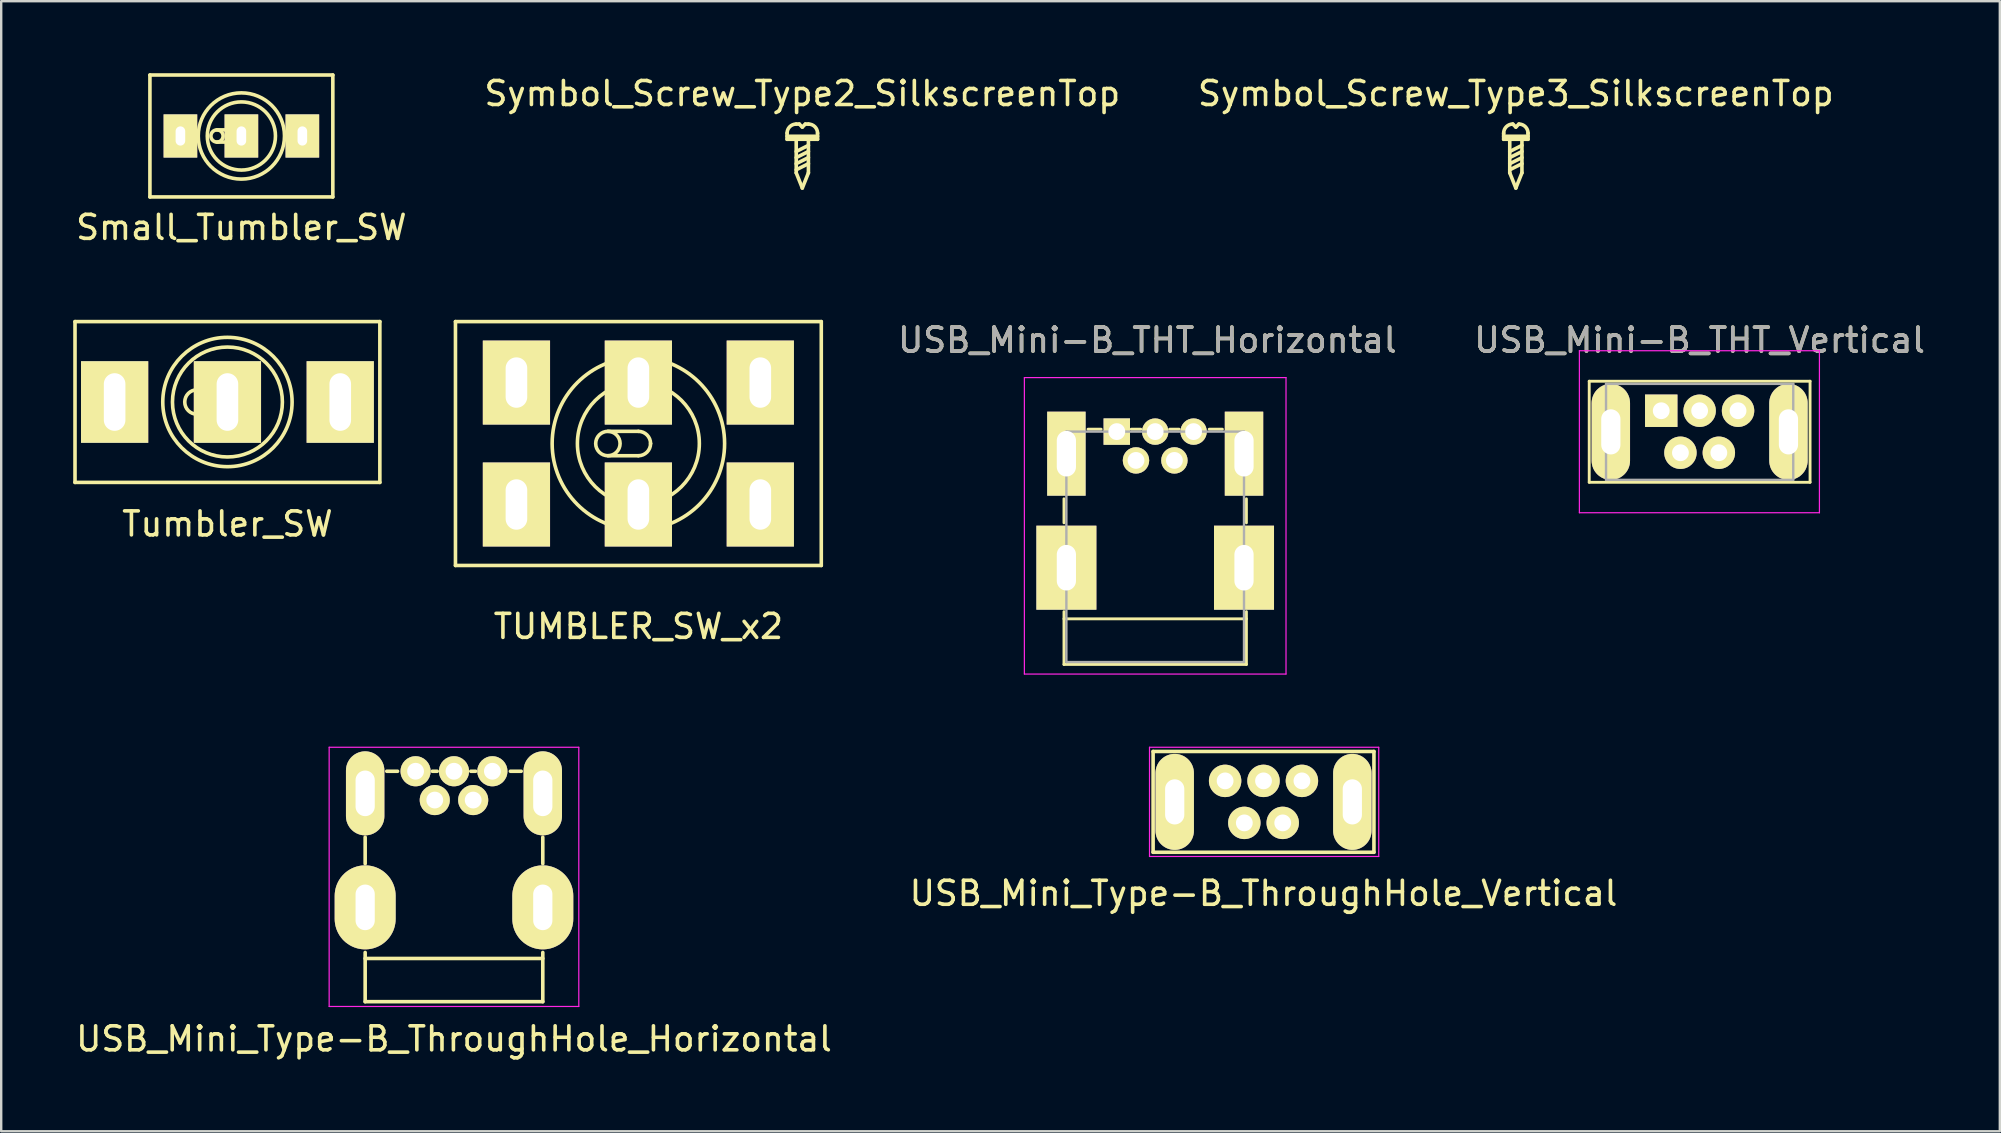
<source format=kicad_pcb>
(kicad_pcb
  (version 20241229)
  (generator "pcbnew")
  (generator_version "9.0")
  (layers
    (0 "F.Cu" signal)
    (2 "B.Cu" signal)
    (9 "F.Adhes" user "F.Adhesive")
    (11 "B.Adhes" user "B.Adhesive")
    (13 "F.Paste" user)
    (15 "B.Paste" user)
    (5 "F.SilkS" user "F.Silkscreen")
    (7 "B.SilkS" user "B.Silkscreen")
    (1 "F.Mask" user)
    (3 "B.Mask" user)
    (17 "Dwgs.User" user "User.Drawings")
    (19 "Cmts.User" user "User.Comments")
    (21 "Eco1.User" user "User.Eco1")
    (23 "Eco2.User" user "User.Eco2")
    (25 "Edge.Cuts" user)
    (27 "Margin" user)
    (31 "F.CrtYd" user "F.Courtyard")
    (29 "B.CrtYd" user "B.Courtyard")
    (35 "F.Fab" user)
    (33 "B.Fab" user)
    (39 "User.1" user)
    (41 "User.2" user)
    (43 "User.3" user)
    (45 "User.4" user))
  (footprint "Symbol_Screw_Type2_SilkscreenTop"
    (layer "F.Cu")
    (at 30.375 4.15)
    (property "Reference" "Symbol_Screw_Type2_SilkscreenTop" (at 0 -3.302 0) (layer "F.SilkS") (effects (font (size 1 1) (thickness 0.15))))
    (attr through_hole)
    (fp_line (start -0.635 -1.524) (end 0.635 -1.524) (stroke (width 0.15) (type solid)) (layer "F.SilkS"))
    (fp_line (start -0.635 -1.397) (end -0.635 -1.651) (stroke (width 0.15) (type solid)) (layer "F.SilkS"))
    (fp_line (start -0.635 -1.397) (end 0.635 -1.397) (stroke (width 0.15) (type solid)) (layer "F.SilkS"))
    (fp_line (start -0.254 -2.032) (end -0.127 -2.032) (stroke (width 0.15) (type solid)) (layer "F.SilkS"))
    (fp_line (start -0.254 -0.889) (end 0.254 -1.143) (stroke (width 0.15) (type solid)) (layer "F.SilkS"))
    (fp_line (start -0.254 -0.635) (end 0.254 -0.889) (stroke (width 0.15) (type solid)) (layer "F.SilkS"))
    (fp_line (start -0.254 -0.381) (end 0.254 -0.635) (stroke (width 0.15) (type solid)) (layer "F.SilkS"))
    (fp_line (start -0.254 -0.127) (end 0.254 -0.381) (stroke (width 0.15) (type solid)) (layer "F.SilkS"))
    (fp_line (start -0.254 0) (end -0.254 -1.397) (stroke (width 0.15) (type solid)) (layer "F.SilkS"))
    (fp_line (start -0.127 -2.032) (end 0 -1.905) (stroke (width 0.15) (type solid)) (layer "F.SilkS"))
    (fp_line (start 0 -1.905) (end 0.127 -2.032) (stroke (width 0.15) (type solid)) (layer "F.SilkS"))
    (fp_line (start 0 0.635) (end -0.254 0) (stroke (width 0.15) (type solid)) (layer "F.SilkS"))
    (fp_line (start 0 0.635) (end 0.254 0) (stroke (width 0.15) (type solid)) (layer "F.SilkS"))
    (fp_line (start 0.127 -2.032) (end 0.254 -2.032) (stroke (width 0.15) (type solid)) (layer "F.SilkS"))
    (fp_line (start 0.254 0) (end 0.254 -1.397) (stroke (width 0.15) (type solid)) (layer "F.SilkS"))
    (fp_line (start 0.635 -1.397) (end 0.635 -1.651) (stroke (width 0.15) (type solid)) (layer "F.SilkS"))
    (fp_arc (start -0.635 -1.651) (mid -0.523408 -1.920408) (end -0.254 -2.032) (stroke (width 0.15) (type solid)) (layer "F.SilkS"))
    (fp_arc (start 0.254 -2.032) (mid 0.523408 -1.920408) (end 0.635 -1.651) (stroke (width 0.15) (type solid)) (layer "F.SilkS")))
  (footprint "Tumbler_SW"
    (layer "F.Cu")
    (at 6.425 13.698)
    (property "Reference" "Tumbler_SW" (at 0 5.08 0) (layer "F.SilkS") (effects (font (size 1 1) (thickness 0.15))))
    (attr through_hole)
    (fp_line (start -6.35 -3.35) (end 6.35 -3.35) (stroke (width 0.15) (type solid)) (layer "F.SilkS"))
    (fp_line (start -6.35 3.35) (end -6.35 -3.35) (stroke (width 0.15) (type solid)) (layer "F.SilkS"))
    (fp_line (start -1.27 -0.508) (end 0 -0.508) (stroke (width 0.15) (type solid)) (layer "F.SilkS"))
    (fp_line (start 0 0.508) (end -1.27 0.508) (stroke (width 0.15) (type solid)) (layer "F.SilkS"))
    (fp_line (start 6.35 -3.35) (end 6.35 3.35) (stroke (width 0.15) (type solid)) (layer "F.SilkS"))
    (fp_line (start 6.35 3.35) (end -6.35 3.35) (stroke (width 0.15) (type solid)) (layer "F.SilkS"))
    (fp_arc (start 0 -0.508) (mid 0.35921 -0.35921) (end 0.508 0) (stroke (width 0.15) (type solid)) (layer "F.SilkS"))
    (fp_arc (start 0.508 0) (mid 0.35921 0.35921) (end 0 0.508) (stroke (width 0.15) (type solid)) (layer "F.SilkS"))
    (fp_circle (center -1.27 0) (end -1.778 0) (stroke (width 0.15) (type solid)) (fill no) (layer "F.SilkS"))
    (fp_circle (center 0 0) (end 1.905 1.27) (stroke (width 0.15) (type solid)) (fill no) (layer "F.SilkS"))
    (fp_circle (center 0 0) (end 1.905 1.905) (stroke (width 0.15) (type solid)) (fill no) (layer "F.SilkS"))
    (pad "1" thru_hole rect (at -4.7 0) (size 2.8 3.4) (drill oval 0.9 2.4) (layers "*.Cu" "*.Mask" "F.SilkS"))
    (pad "2" thru_hole rect (at 0 0) (size 2.8 3.4) (drill oval 0.9 2.4) (layers "*.Cu" "*.Mask" "F.SilkS"))
    (pad "3" thru_hole rect (at 4.7 0) (size 2.8 3.4) (drill oval 0.9 2.4) (layers "*.Cu" "*.Mask" "F.SilkS")))
  (footprint "USB_Mini-B_THT_Vertical"
    (layer "F.Cu")
    (at 66.158 14.062)
    (property "Reference" "USB_Mini-B_THT_Vertical" (at 1.6 -2.94 0) (layer "F.SilkS") (effects (font (size 1 1) (thickness 0.15))))
    (attr through_hole)
    (fp_line (start -3 -1.23) (end -3 2.98) (stroke (width 0.12) (type solid)) (layer "F.SilkS"))
    (fp_line (start -3 -1.23) (end 6.2 -1.23) (stroke (width 0.12) (type solid)) (layer "F.SilkS"))
    (fp_line (start -3 2.98) (end 6.2 2.98) (stroke (width 0.12) (type solid)) (layer "F.SilkS"))
    (fp_line (start 6.2 -1.23) (end 6.2 2.98) (stroke (width 0.12) (type solid)) (layer "F.SilkS"))
    (fp_line (start -3.41 -2.5) (end -3.41 4.25) (stroke (width 0.05) (type solid)) (layer "F.CrtYd"))
    (fp_line (start -3.41 -2.5) (end 6.59 -2.5) (stroke (width 0.05) (type solid)) (layer "F.CrtYd"))
    (fp_line (start -3.41 4.25) (end 6.59 4.25) (stroke (width 0.05) (type solid)) (layer "F.CrtYd"))
    (fp_line (start 6.59 4.25) (end 6.59 -2.5) (stroke (width 0.05) (type solid)) (layer "F.CrtYd"))
    (fp_line (start -2.3 -1.12) (end -2.3 2.88) (stroke (width 0.1) (type solid)) (layer "F.Fab"))
    (fp_line (start -2.3 -1.12) (end 5.5 -1.12) (stroke (width 0.1) (type solid)) (layer "F.Fab"))
    (fp_line (start 5.5 -1.12) (end 5.5 2.88) (stroke (width 0.1) (type solid)) (layer "F.Fab"))
    (fp_line (start 5.5 2.88) (end -2.3 2.88) (stroke (width 0.1) (type solid)) (layer "F.Fab"))
    (fp_text user "${REFERENCE}" (at 1.6 -2.94 0) (layer "F.Fab") (effects (font (size 1 1) (thickness 0.15))))
    (pad "1" thru_hole rect (at 0 0) (size 1.35 1.35) (drill 0.7) (layers "*.Cu" "*.Mask" "F.SilkS"))
    (pad "2" thru_hole circle (at 0.8 1.75) (size 1.35 1.35) (drill 0.7) (layers "*.Cu" "*.Mask" "F.SilkS"))
    (pad "3" thru_hole circle (at 1.6 0) (size 1.35 1.35) (drill 0.7) (layers "*.Cu" "*.Mask" "F.SilkS"))
    (pad "4" thru_hole circle (at 2.4 1.75) (size 1.35 1.35) (drill 0.7) (layers "*.Cu" "*.Mask" "F.SilkS"))
    (pad "5" thru_hole circle (at 3.2 0) (size 1.35 1.35) (drill 0.7) (layers "*.Cu" "*.Mask" "F.SilkS"))
    (pad "6" thru_hole oval (at -2.1 0.88) (size 1.6 4) (drill oval 0.8 1.88) (layers "*.Cu" "*.Mask" "F.SilkS"))
    (pad "6" thru_hole oval (at 5.3 0.88) (size 1.6 4) (drill oval 0.8 1.88) (layers "*.Cu" "*.Mask" "F.SilkS")))
  (footprint "TUMBLER_SW_x2"
    (layer "F.Cu")
    (at 23.545 15.428)
    (property "Reference" "TUMBLER_SW_x2" (at 0 7.62 0) (layer "F.SilkS") (effects (font (size 1 1) (thickness 0.15))))
    (attr through_hole)
    (fp_line (start -7.62 -5.08) (end 7.62 -5.08) (stroke (width 0.15) (type solid)) (layer "F.SilkS"))
    (fp_line (start -7.62 5.08) (end -7.62 -5.08) (stroke (width 0.15) (type solid)) (layer "F.SilkS"))
    (fp_line (start -1.27 -0.508) (end 0 -0.508) (stroke (width 0.15) (type solid)) (layer "F.SilkS"))
    (fp_line (start 0 0.508) (end -1.27 0.508) (stroke (width 0.15) (type solid)) (layer "F.SilkS"))
    (fp_line (start 7.62 -5.08) (end 7.62 5.08) (stroke (width 0.15) (type solid)) (layer "F.SilkS"))
    (fp_line (start 7.62 5.08) (end -7.62 5.08) (stroke (width 0.15) (type solid)) (layer "F.SilkS"))
    (fp_arc (start 0 -0.508) (mid 0.35921 -0.35921) (end 0.508 0) (stroke (width 0.15) (type solid)) (layer "F.SilkS"))
    (fp_arc (start 0.508 0) (mid 0.35921 0.35921) (end 0 0.508) (stroke (width 0.15) (type solid)) (layer "F.SilkS"))
    (fp_circle (center -1.27 0) (end -1.778 0) (stroke (width 0.15) (type solid)) (fill no) (layer "F.SilkS"))
    (fp_circle (center 0 0) (end 2.54 -2.54) (stroke (width 0.15) (type solid)) (fill no) (layer "F.SilkS"))
    (fp_circle (center 0 0) (end 2.54 0) (stroke (width 0.15) (type solid)) (fill no) (layer "F.SilkS"))
    (pad "1" thru_hole rect (at -5.08 2.54) (size 2.8 3.5) (drill oval 0.9 2.1) (layers "*.Cu" "*.Mask" "F.SilkS"))
    (pad "2" thru_hole rect (at 0 2.54) (size 2.8 3.5) (drill oval 0.9 2.1) (layers "*.Cu" "*.Mask" "F.SilkS"))
    (pad "3" thru_hole rect (at 5.08 2.54) (size 2.8 3.5) (drill oval 0.9 2.1) (layers "*.Cu" "*.Mask" "F.SilkS"))
    (pad "4" thru_hole rect (at -5.08 -2.54) (size 2.8 3.5) (drill oval 0.9 2.1) (layers "*.Cu" "*.Mask" "F.SilkS"))
    (pad "5" thru_hole rect (at 0 -2.54) (size 2.8 3.5) (drill oval 0.9 2.1) (layers "*.Cu" "*.Mask" "F.SilkS"))
    (pad "6" thru_hole rect (at 5.08 -2.54) (size 2.8 3.5) (drill oval 0.9 2.1) (layers "*.Cu" "*.Mask" "F.SilkS")))
  (footprint "Small_Tumbler_SW"
    (layer "F.Cu")
    (at 7.006 2.615)
    (property "Reference" "Small_Tumbler_SW" (at 0 3.81 0) (layer "F.SilkS") (effects (font (size 1 1) (thickness 0.15))))
    (attr through_hole)
    (fp_line (start -3.81 -2.54) (end -3.81 2.54) (stroke (width 0.15) (type solid)) (layer "F.SilkS"))
    (fp_line (start -3.81 2.54) (end 3.81 2.54) (stroke (width 0.15) (type solid)) (layer "F.SilkS"))
    (fp_line (start -1.016 0.254) (end 0 0.254) (stroke (width 0.15) (type solid)) (layer "F.SilkS"))
    (fp_line (start 0 -0.254) (end -1.016 -0.254) (stroke (width 0.15) (type solid)) (layer "F.SilkS"))
    (fp_line (start 3.81 -2.54) (end -3.81 -2.54) (stroke (width 0.15) (type solid)) (layer "F.SilkS"))
    (fp_line (start 3.81 2.54) (end 3.81 -2.54) (stroke (width 0.15) (type solid)) (layer "F.SilkS"))
    (fp_arc (start 0 -0.254) (mid 0.179605 -0.179605) (end 0.254 0) (stroke (width 0.15) (type solid)) (layer "F.SilkS"))
    (fp_arc (start 0.254 0) (mid 0.179605 0.179605) (end 0 0.254) (stroke (width 0.15) (type solid)) (layer "F.SilkS"))
    (fp_circle (center -1.016 0) (end -1.016 -0.254) (stroke (width 0.15) (type solid)) (fill no) (layer "F.SilkS"))
    (fp_circle (center 0 0) (end 1.27 -1.27) (stroke (width 0.15) (type solid)) (fill no) (layer "F.SilkS"))
    (fp_circle (center 0 0) (end 1.27 -0.635) (stroke (width 0.15) (type solid)) (fill no) (layer "F.SilkS"))
    (pad "1" thru_hole rect (at -2.54 0) (size 1.4 1.8) (drill oval 0.4 0.8) (layers "*.Cu" "*.Mask" "F.SilkS"))
    (pad "2" thru_hole rect (at 0 0) (size 1.4 1.8) (drill oval 0.4 0.8) (layers "*.Cu" "*.Mask" "F.SilkS"))
    (pad "3" thru_hole rect (at 2.54 0) (size 1.4 1.8) (drill oval 0.4 0.8) (layers "*.Cu" "*.Mask" "F.SilkS")))
  (footprint "Symbol_Screw_Type3_SilkscreenTop"
    (layer "F.Cu")
    (at 60.101 4.15)
    (property "Reference" "Symbol_Screw_Type3_SilkscreenTop" (at 0 -3.302 0) (layer "F.SilkS") (effects (font (size 1 1) (thickness 0.15))))
    (attr through_hole)
    (fp_line (start -0.508 -1.524) (end 0.508 -1.524) (stroke (width 0.15) (type solid)) (layer "F.SilkS"))
    (fp_line (start -0.508 -1.397) (end -0.508 -1.651) (stroke (width 0.15) (type solid)) (layer "F.SilkS"))
    (fp_line (start -0.508 -1.397) (end 0.508 -1.397) (stroke (width 0.15) (type solid)) (layer "F.SilkS"))
    (fp_line (start -0.254 -0.889) (end 0.254 -1.143) (stroke (width 0.15) (type solid)) (layer "F.SilkS"))
    (fp_line (start -0.254 -0.635) (end 0.254 -0.889) (stroke (width 0.15) (type solid)) (layer "F.SilkS"))
    (fp_line (start -0.254 -0.381) (end 0.254 -0.635) (stroke (width 0.15) (type solid)) (layer "F.SilkS"))
    (fp_line (start -0.254 -0.127) (end 0.254 -0.381) (stroke (width 0.15) (type solid)) (layer "F.SilkS"))
    (fp_line (start -0.254 0) (end -0.254 -1.397) (stroke (width 0.15) (type solid)) (layer "F.SilkS"))
    (fp_line (start -0.127 -2.032) (end 0 -1.905) (stroke (width 0.15) (type solid)) (layer "F.SilkS"))
    (fp_line (start 0 -1.905) (end 0.127 -2.032) (stroke (width 0.15) (type solid)) (layer "F.SilkS"))
    (fp_line (start 0 0.635) (end -0.254 0) (stroke (width 0.15) (type solid)) (layer "F.SilkS"))
    (fp_line (start 0 0.635) (end 0.254 0) (stroke (width 0.15) (type solid)) (layer "F.SilkS"))
    (fp_line (start 0.254 0) (end 0.254 -1.397) (stroke (width 0.15) (type solid)) (layer "F.SilkS"))
    (fp_line (start 0.508 -1.397) (end 0.508 -1.651) (stroke (width 0.15) (type solid)) (layer "F.SilkS"))
    (fp_arc (start -0.508 -1.651) (mid -0.396408 -1.920408) (end -0.127 -2.032) (stroke (width 0.15) (type solid)) (layer "F.SilkS"))
    (fp_arc (start 0.127 -2.032) (mid 0.396408 -1.920408) (end 0.508 -1.651) (stroke (width 0.15) (type solid)) (layer "F.SilkS")))
  (footprint "USB_Mini_Type-B_ThroughHole_Vertical"
    (layer "F.Cu")
    (at 47.989 29.482)
    (property "Reference" "USB_Mini_Type-B_ThroughHole_Vertical" (at 1.6 4.685 0) (layer "F.SilkS") (effects (font (size 1 1) (thickness 0.15))))
    (attr through_hole)
    (fp_line (start -3 -1.225) (end -3 2.975) (stroke (width 0.15) (type solid)) (layer "F.SilkS"))
    (fp_line (start -3 -1.225) (end 6.2 -1.225) (stroke (width 0.15) (type solid)) (layer "F.SilkS"))
    (fp_line (start -3 2.975) (end 6.2 2.975) (stroke (width 0.15) (type solid)) (layer "F.SilkS"))
    (fp_line (start 6.2 -1.225) (end 6.2 2.975) (stroke (width 0.15) (type solid)) (layer "F.SilkS"))
    (fp_line (start -3.15 -1.4) (end 6.4 -1.4) (stroke (width 0.05) (type solid)) (layer "F.CrtYd"))
    (fp_line (start -3.15 3.15) (end -3.15 -1.4) (stroke (width 0.05) (type solid)) (layer "F.CrtYd"))
    (fp_line (start 6.4 -1.4) (end 6.4 3.15) (stroke (width 0.05) (type solid)) (layer "F.CrtYd"))
    (fp_line (start 6.4 3.15) (end -3.15 3.15) (stroke (width 0.05) (type solid)) (layer "F.CrtYd"))
    (pad "1" thru_hole circle (at 0 0) (size 1.35 1.35) (drill 0.7) (layers "*.Cu" "*.Mask" "F.SilkS"))
    (pad "2" thru_hole circle (at 0.8 1.75) (size 1.35 1.35) (drill 0.7) (layers "*.Cu" "*.Mask" "F.SilkS"))
    (pad "3" thru_hole circle (at 1.6 0) (size 1.35 1.35) (drill 0.7) (layers "*.Cu" "*.Mask" "F.SilkS"))
    (pad "4" thru_hole circle (at 2.4 1.75) (size 1.35 1.35) (drill 0.7) (layers "*.Cu" "*.Mask" "F.SilkS"))
    (pad "5" thru_hole circle (at 3.2 0) (size 1.35 1.35) (drill 0.7) (layers "*.Cu" "*.Mask" "F.SilkS"))
    (pad "6" thru_hole oval (at -2.1 0.875) (size 1.6 4) (drill oval 0.8 1.88) (layers "*.Cu" "*.Mask" "F.SilkS"))
    (pad "6" thru_hole oval (at 5.3 0.875) (size 1.6 4) (drill oval 0.8 1.88) (layers "*.Cu" "*.Mask" "F.SilkS")))
  (footprint "USB_Mini-B_THT_Horizontal"
    (layer "F.Cu")
    (at 43.476 14.931)
    (property "Reference" "USB_Mini-B_THT_Horizontal" (at 1.27 -3.81 0) (layer "F.SilkS") (effects (font (size 1 1) (thickness 0.15))))
    (attr through_hole)
    (fp_line (start -2.2 2.8) (end -2.2 3.8) (stroke (width 0.12) (type solid)) (layer "F.SilkS"))
    (fp_line (start -2.2 7.5) (end -2.2 9.7) (stroke (width 0.12) (type solid)) (layer "F.SilkS"))
    (fp_line (start -2.2 7.8) (end 5.4 7.8) (stroke (width 0.12) (type solid)) (layer "F.SilkS"))
    (fp_line (start -2.2 9.7) (end 5.4 9.7) (stroke (width 0.12) (type solid)) (layer "F.SilkS"))
    (fp_line (start -1.2 -0.1) (end -0.65 -0.1) (stroke (width 0.12) (type solid)) (layer "F.SilkS"))
    (fp_line (start 0.6 -0.1) (end 1 -0.1) (stroke (width 0.12) (type solid)) (layer "F.SilkS"))
    (fp_line (start 2.2 -0.1) (end 2.6 -0.1) (stroke (width 0.12) (type solid)) (layer "F.SilkS"))
    (fp_line (start 3.85 -0.1) (end 4.4 -0.1) (stroke (width 0.12) (type solid)) (layer "F.SilkS"))
    (fp_line (start 5.4 2.8) (end 5.4 3.8) (stroke (width 0.12) (type solid)) (layer "F.SilkS"))
    (fp_line (start 5.4 9.7) (end 5.4 7.5) (stroke (width 0.12) (type solid)) (layer "F.SilkS"))
    (fp_line (start -3.85 -2.25) (end -3.85 10.1) (stroke (width 0.05) (type solid)) (layer "F.CrtYd"))
    (fp_line (start -3.85 -2.25) (end 7.05 -2.25) (stroke (width 0.05) (type solid)) (layer "F.CrtYd"))
    (fp_line (start 7.05 10.1) (end -3.85 10.1) (stroke (width 0.05) (type solid)) (layer "F.CrtYd"))
    (fp_line (start 7.05 10.1) (end 7.05 -2.25) (stroke (width 0.05) (type solid)) (layer "F.CrtYd"))
    (fp_line (start -2.1 0) (end 5.3 0) (stroke (width 0.1) (type solid)) (layer "F.Fab"))
    (fp_line (start -2.1 9.6) (end -2.1 0) (stroke (width 0.1) (type solid)) (layer "F.Fab"))
    (fp_line (start 5.3 0) (end 5.3 9.6) (stroke (width 0.1) (type solid)) (layer "F.Fab"))
    (fp_line (start 5.3 9.6) (end -2.1 9.6) (stroke (width 0.1) (type solid)) (layer "F.Fab"))
    (fp_text user "${REFERENCE}" (at 1.27 -3.81 0) (layer "F.Fab") (effects (font (size 1 1) (thickness 0.15))))
    (pad "1" thru_hole rect (at 0 0) (size 1.1 1.1) (drill 0.7) (layers "*.Cu" "*.Mask" "F.SilkS"))
    (pad "2" thru_hole circle (at 0.8 1.2) (size 1.1 1.1) (drill 0.7) (layers "*.Cu" "*.Mask" "F.SilkS"))
    (pad "3" thru_hole circle (at 1.6 0) (size 1.1 1.1) (drill 0.7) (layers "*.Cu" "*.Mask" "F.SilkS"))
    (pad "4" thru_hole circle (at 2.4 1.2) (size 1.1 1.1) (drill 0.7) (layers "*.Cu" "*.Mask" "F.SilkS"))
    (pad "5" thru_hole circle (at 3.2 0) (size 1.1 1.1) (drill 0.7) (layers "*.Cu" "*.Mask" "F.SilkS"))
    (pad "6" thru_hole rect (at -2.1 0.92) (size 1.6 3.5) (drill oval 0.8 1.9) (layers "*.Cu" "*.Mask" "F.SilkS"))
    (pad "6" thru_hole rect (at -2.1 5.67) (size 2.5 3.5) (drill oval 0.8 1.9) (layers "*.Cu" "*.Mask" "F.SilkS"))
    (pad "6" thru_hole rect (at 5.3 0.92) (size 1.6 3.5) (drill oval 0.8 1.9) (layers "*.Cu" "*.Mask" "F.SilkS"))
    (pad "6" thru_hole rect (at 5.3 5.67) (size 2.5 3.5) (drill oval 0.8 1.9) (layers "*.Cu" "*.Mask" "F.SilkS")))
  (footprint "USB_Mini_Type-B_ThroughHole_Horizontal"
    (layer "F.Cu")
    (at 14.263 29.081)
    (property "Reference" "USB_Mini_Type-B_ThroughHole_Horizontal" (at 1.6 11.15 0) (layer "F.SilkS") (effects (font (size 1 1) (thickness 0.15))))
    (attr through_hole)
    (fp_line (start -2.1 3.85) (end -2.1 2.75) (stroke (width 0.15) (type solid)) (layer "F.SilkS"))
    (fp_line (start -2.1 7.8) (end 5.3 7.8) (stroke (width 0.15) (type solid)) (layer "F.SilkS"))
    (fp_line (start -2.1 9.6) (end -2.1 7.55) (stroke (width 0.15) (type solid)) (layer "F.SilkS"))
    (fp_line (start -2.1 9.6) (end 5.3 9.6) (stroke (width 0.15) (type solid)) (layer "F.SilkS"))
    (fp_line (start -1.2 0) (end -0.75 0) (stroke (width 0.15) (type solid)) (layer "F.SilkS"))
    (fp_line (start 0.7 0) (end 0.9 0) (stroke (width 0.15) (type solid)) (layer "F.SilkS"))
    (fp_line (start 2.3 0) (end 2.5 0) (stroke (width 0.15) (type solid)) (layer "F.SilkS"))
    (fp_line (start 3.95 0) (end 4.4 0) (stroke (width 0.15) (type solid)) (layer "F.SilkS"))
    (fp_line (start 5.3 3.85) (end 5.3 2.75) (stroke (width 0.15) (type solid)) (layer "F.SilkS"))
    (fp_line (start 5.3 9.6) (end 5.3 7.55) (stroke (width 0.15) (type solid)) (layer "F.SilkS"))
    (fp_line (start -3.6 -1) (end -3.6 9.8) (stroke (width 0.05) (type solid)) (layer "F.CrtYd"))
    (fp_line (start -3.6 -1) (end 6.8 -1) (stroke (width 0.05) (type solid)) (layer "F.CrtYd"))
    (fp_line (start 6.8 -1) (end 6.8 9.8) (stroke (width 0.05) (type solid)) (layer "F.CrtYd"))
    (fp_line (start 6.8 9.8) (end -3.6 9.8) (stroke (width 0.05) (type solid)) (layer "F.CrtYd"))
    (pad "1" thru_hole circle (at 0 0) (size 1.254 1.254) (drill 0.7) (layers "*.Cu" "*.Mask" "F.SilkS"))
    (pad "2" thru_hole circle (at 0.8 1.2) (size 1.254 1.254) (drill 0.7) (layers "*.Cu" "*.Mask" "F.SilkS"))
    (pad "3" thru_hole circle (at 1.6 0) (size 1.254 1.254) (drill 0.7) (layers "*.Cu" "*.Mask" "F.SilkS"))
    (pad "4" thru_hole circle (at 2.4 1.2) (size 1.254 1.254) (drill 0.7) (layers "*.Cu" "*.Mask" "F.SilkS"))
    (pad "5" thru_hole circle (at 3.2 0) (size 1.254 1.254) (drill 0.7) (layers "*.Cu" "*.Mask" "F.SilkS"))
    (pad "6" thru_hole oval (at -2.1 0.92) (size 1.6 3.5) (drill oval 0.8 1.9) (layers "*.Cu" "*.Mask" "F.SilkS"))
    (pad "6" thru_hole oval (at -2.1 5.67) (size 2.54 3.5) (drill oval 0.8 1.9) (layers "*.Cu" "*.Mask" "F.SilkS"))
    (pad "6" thru_hole oval (at 5.3 0.92) (size 1.6 3.5) (drill oval 0.8 1.9) (layers "*.Cu" "*.Mask" "F.SilkS"))
    (pad "6" thru_hole oval (at 5.3 5.67) (size 2.54 3.5) (drill oval 0.8 1.9) (layers "*.Cu" "*.Mask" "F.SilkS")))
  (gr_rect
    (start -3 -3)
    (end 80.264 44.08)
    (stroke (width 0.1) (type default))
    (fill no)
    (layer "Edge.Cuts")))
</source>
